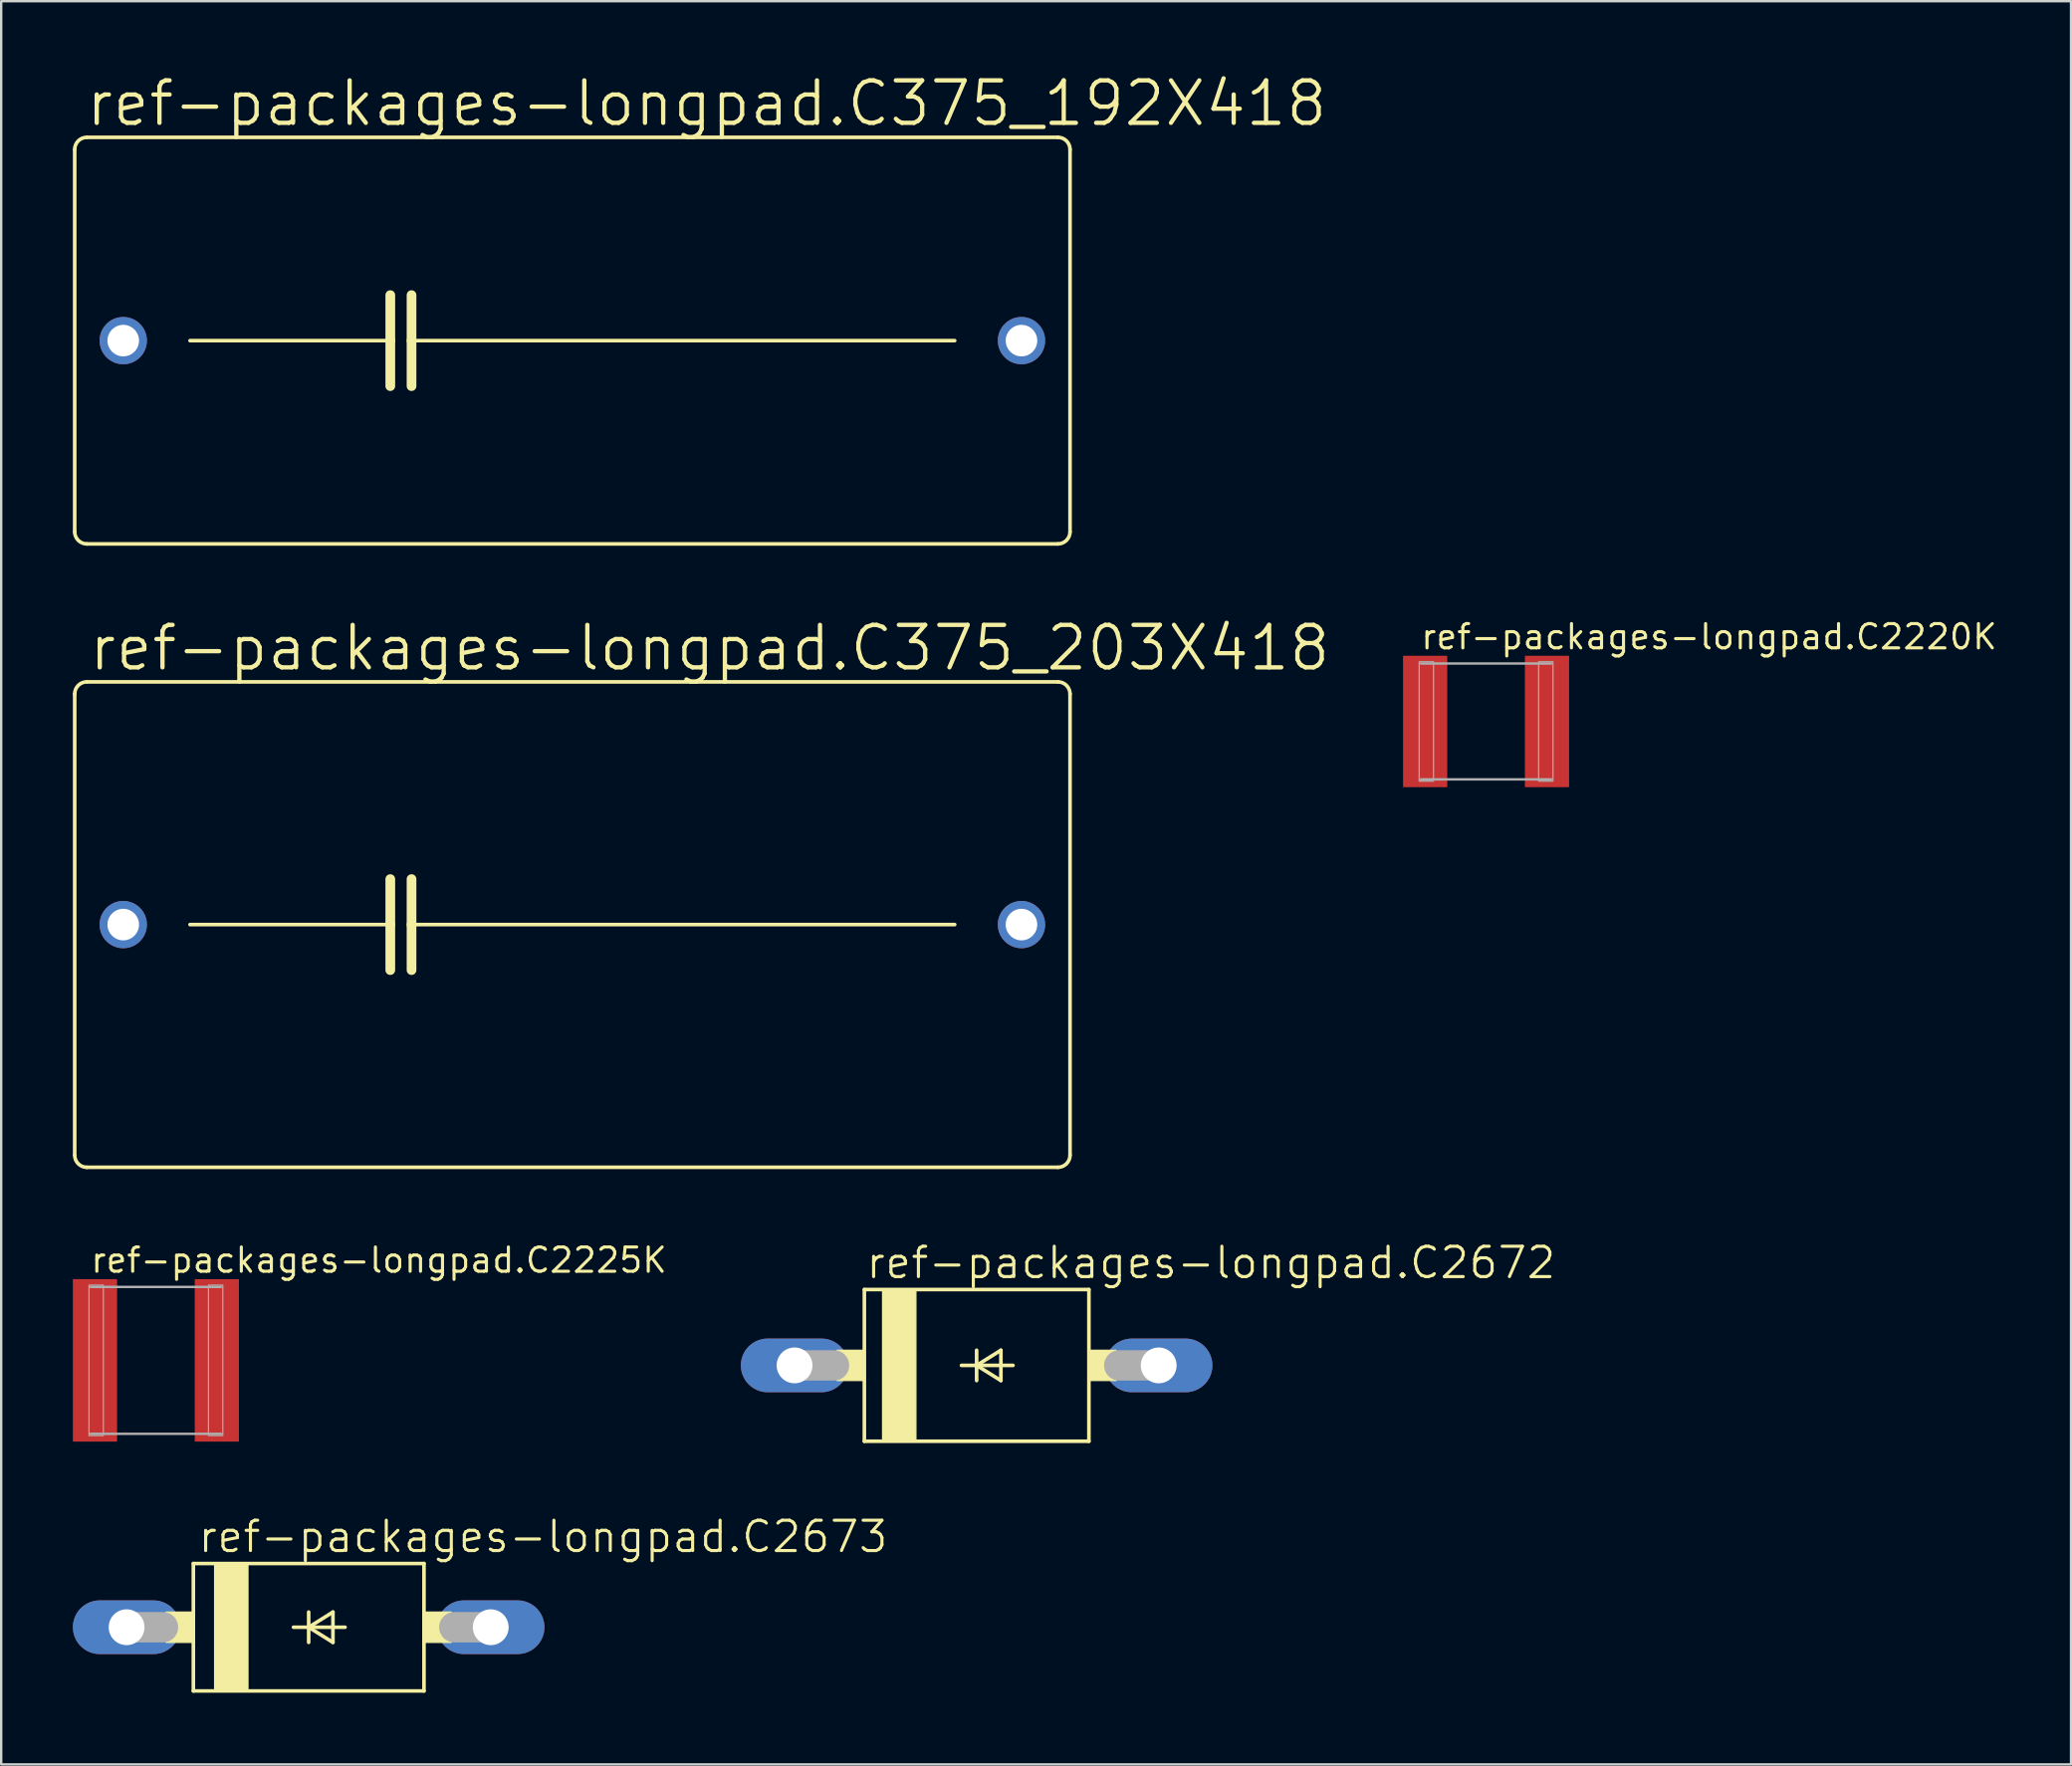
<source format=kicad_pcb>
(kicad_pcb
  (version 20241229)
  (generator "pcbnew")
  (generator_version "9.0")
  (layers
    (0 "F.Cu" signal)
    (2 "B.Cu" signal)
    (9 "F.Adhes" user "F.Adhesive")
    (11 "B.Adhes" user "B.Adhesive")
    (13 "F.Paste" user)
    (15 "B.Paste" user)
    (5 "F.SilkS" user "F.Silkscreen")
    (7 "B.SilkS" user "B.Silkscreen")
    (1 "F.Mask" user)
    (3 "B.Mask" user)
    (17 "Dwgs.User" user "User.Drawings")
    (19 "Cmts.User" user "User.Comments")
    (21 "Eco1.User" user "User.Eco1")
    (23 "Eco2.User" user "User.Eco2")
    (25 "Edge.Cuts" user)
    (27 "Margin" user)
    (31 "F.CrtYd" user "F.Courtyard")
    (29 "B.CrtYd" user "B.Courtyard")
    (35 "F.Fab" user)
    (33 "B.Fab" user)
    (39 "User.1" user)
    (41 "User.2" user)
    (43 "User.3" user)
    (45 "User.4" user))
  (footprint "ref-packages-longpad.C2225K"
    (layer "F.Cu")
    (at 3.475 53.894)
    (property "Reference" "ref-packages-longpad.C2225K" (at -2.8 -3.6 0) (layer "F.SilkS") (effects (font (size 1.016 1.016) (thickness 0.13)) (justify left bottom)))
    (attr smd)
    (fp_line (start -2.725 -3.075) (end 2.725 -3.075) (stroke (width 0.102) (type default)) (layer "F.Fab"))
    (fp_line (start 2.725 3.075) (end -2.725 3.075) (stroke (width 0.102) (type default)) (layer "F.Fab"))
    (fp_rect (start -2.8 3.15) (end -2.2 -3.15) (stroke (width 0.05) (type default)) (fill no) (layer "F.Fab"))
    (fp_rect (start 2.2 3.15) (end 2.8 -3.15) (stroke (width 0.05) (type default)) (fill no) (layer "F.Fab"))
    (pad "1" smd roundrect (at -2.55 0) (size 1.85 6.8) (layers "F.Cu" "F.Mask" "F.Paste") (roundrect_rratio 0.01))
    (pad "2" smd roundrect (at 2.55 0) (size 1.85 6.8) (layers "F.Cu" "F.Mask" "F.Paste") (roundrect_rratio 0.01)))
  (footprint "ref-packages-longpad.C2220K"
    (layer "F.Cu")
    (at 59.144 27.149)
    (property "Reference" "ref-packages-longpad.C2220K" (at -2.8 -2.95 0) (layer "F.SilkS") (effects (font (size 1.016 1.016) (thickness 0.13)) (justify left bottom)))
    (attr smd)
    (fp_line (start -2.725 -2.425) (end 2.725 -2.425) (stroke (width 0.102) (type default)) (layer "F.Fab"))
    (fp_line (start 2.725 2.425) (end -2.725 2.425) (stroke (width 0.102) (type default)) (layer "F.Fab"))
    (fp_rect (start -2.8 2.5) (end -2.2 -2.5) (stroke (width 0.05) (type default)) (fill no) (layer "F.Fab"))
    (fp_rect (start 2.2 2.5) (end 2.8 -2.5) (stroke (width 0.05) (type default)) (fill no) (layer "F.Fab"))
    (pad "1" smd roundrect (at -2.55 0) (size 1.85 5.5) (layers "F.Cu" "F.Mask" "F.Paste") (roundrect_rratio 0.01))
    (pad "2" smd roundrect (at 2.55 0) (size 1.85 5.5) (layers "F.Cu" "F.Mask" "F.Paste") (roundrect_rratio 0.01)))
  (footprint "ref-packages-longpad.C375_192X418"
    (layer "F.Cu")
    (at 20.904 11.208)
    (property "Reference" "ref-packages-longpad.C375_192X418" (at -20.447 -8.89 0) (layer "F.SilkS") (effects (font (size 1.778 1.778) (thickness 0.18)) (justify left bottom)))
    (attr through_hole)
    (fp_line (start -20.828 8.001) (end -20.828 -8.001) (stroke (width 0.152) (type default)) (layer "F.SilkS"))
    (fp_line (start -20.32 -8.509) (end 20.32 -8.509) (stroke (width 0.152) (type default)) (layer "F.SilkS"))
    (fp_line (start -16.002 0) (end -7.62 0) (stroke (width 0.152) (type default)) (layer "F.SilkS"))
    (fp_line (start -7.62 -1.905) (end -7.62 0) (stroke (width 0.406) (type default)) (layer "F.SilkS"))
    (fp_line (start -7.62 0) (end -7.62 1.905) (stroke (width 0.406) (type default)) (layer "F.SilkS"))
    (fp_line (start -6.731 -1.905) (end -6.731 0) (stroke (width 0.406) (type default)) (layer "F.SilkS"))
    (fp_line (start -6.731 0) (end -6.731 1.905) (stroke (width 0.406) (type default)) (layer "F.SilkS"))
    (fp_line (start -6.731 0) (end 16.002 0) (stroke (width 0.152) (type default)) (layer "F.SilkS"))
    (fp_line (start 20.32 8.509) (end -20.32 8.509) (stroke (width 0.152) (type default)) (layer "F.SilkS"))
    (fp_line (start 20.828 -8.001) (end 20.828 8.001) (stroke (width 0.152) (type default)) (layer "F.SilkS"))
    (fp_arc (start -20.828 -8.001) (mid -20.67921 -8.36021) (end -20.32 -8.509) (stroke (width 0.1524) (type default)) (layer "F.SilkS"))
    (fp_arc (start -20.32 8.509) (mid -20.67921 8.36021) (end -20.828 8.001) (stroke (width 0.1524) (type default)) (layer "F.SilkS"))
    (fp_arc (start 20.32 -8.509) (mid 20.67921 -8.36021) (end 20.828 -8.001) (stroke (width 0.1524) (type default)) (layer "F.SilkS"))
    (fp_arc (start 20.828 8.001) (mid 20.67921 8.36021) (end 20.32 8.509) (stroke (width 0.1524) (type default)) (layer "F.SilkS"))
    (pad "1" thru_hole circle (at -18.796 0) (size 1.981 1.981) (drill 1.321) (layers "*.Cu" "*.Mask"))
    (pad "2" thru_hole circle (at 18.796 0) (size 1.981 1.981) (drill 1.321) (layers "*.Cu" "*.Mask")))
  (footprint "ref-packages-longpad.C2673"
    (layer "F.Cu")
    (at 9.868 65.064)
    (property "Reference" "ref-packages-longpad.C2673" (at -4.699 -3.048 0) (layer "F.SilkS") (effects (font (size 1.27 1.27) (thickness 0.13)) (justify left bottom)))
    (attr through_hole)
    (fp_line (start -4.826 -2.667) (end -4.826 2.667) (stroke (width 0.152) (type default)) (layer "F.SilkS"))
    (fp_line (start -4.826 -2.667) (end 4.826 -2.667) (stroke (width 0.152) (type default)) (layer "F.SilkS"))
    (fp_line (start -0.635 0) (end 0 0) (stroke (width 0.152) (type default)) (layer "F.SilkS"))
    (fp_line (start 0 -0.635) (end 0 0) (stroke (width 0.152) (type default)) (layer "F.SilkS"))
    (fp_line (start 0 0) (end 0 0.635) (stroke (width 0.152) (type default)) (layer "F.SilkS"))
    (fp_line (start 0 0) (end 1.016 -0.635) (stroke (width 0.152) (type default)) (layer "F.SilkS"))
    (fp_line (start 0 0) (end 1.524 0) (stroke (width 0.152) (type default)) (layer "F.SilkS"))
    (fp_line (start 1.016 -0.635) (end 1.016 0.635) (stroke (width 0.152) (type default)) (layer "F.SilkS"))
    (fp_line (start 1.016 0.635) (end 0 0) (stroke (width 0.152) (type default)) (layer "F.SilkS"))
    (fp_line (start 4.826 2.667) (end -4.826 2.667) (stroke (width 0.152) (type default)) (layer "F.SilkS"))
    (fp_line (start 4.826 2.667) (end 4.826 -2.667) (stroke (width 0.152) (type default)) (layer "F.SilkS"))
    (fp_rect (start -5.969 0.635) (end -4.826 -0.635) (stroke (width 0.05) (type default)) (fill yes) (layer "F.SilkS"))
    (fp_rect (start -3.937 2.667) (end -2.54 -2.667) (stroke (width 0.05) (type default)) (fill yes) (layer "F.SilkS"))
    (fp_rect (start 4.826 0.635) (end 5.969 -0.635) (stroke (width 0.05) (type default)) (fill yes) (layer "F.SilkS"))
    (fp_line (start -7.62 0) (end -6.096 0) (stroke (width 1.27) (type default)) (layer "F.Fab"))
    (fp_line (start 7.62 0) (end 6.096 0) (stroke (width 1.27) (type default)) (layer "F.Fab"))
    (pad "A" thru_hole oval (at 7.62 0) (size 4.496 2.248) (drill 1.499) (layers "*.Cu" "*.Mask"))
    (pad "C" thru_hole oval (at -7.62 0) (size 4.496 2.248) (drill 1.499) (layers "*.Cu" "*.Mask")))
  (footprint "ref-packages-longpad.C2672"
    (layer "F.Cu")
    (at 37.823 54.104)
    (property "Reference" "ref-packages-longpad.C2672" (at -4.699 -3.556 0) (layer "F.SilkS") (effects (font (size 1.27 1.27) (thickness 0.13)) (justify left bottom)))
    (attr through_hole)
    (fp_line (start -4.699 -3.175) (end -4.699 3.175) (stroke (width 0.152) (type default)) (layer "F.SilkS"))
    (fp_line (start -4.699 -3.175) (end 4.699 -3.175) (stroke (width 0.152) (type default)) (layer "F.SilkS"))
    (fp_line (start -0.635 0) (end 0 0) (stroke (width 0.152) (type default)) (layer "F.SilkS"))
    (fp_line (start 0 -0.635) (end 0 0) (stroke (width 0.152) (type default)) (layer "F.SilkS"))
    (fp_line (start 0 0) (end 0 0.635) (stroke (width 0.152) (type default)) (layer "F.SilkS"))
    (fp_line (start 0 0) (end 1.016 -0.635) (stroke (width 0.152) (type default)) (layer "F.SilkS"))
    (fp_line (start 0 0) (end 1.524 0) (stroke (width 0.152) (type default)) (layer "F.SilkS"))
    (fp_line (start 1.016 -0.635) (end 1.016 0.635) (stroke (width 0.152) (type default)) (layer "F.SilkS"))
    (fp_line (start 1.016 0.635) (end 0 0) (stroke (width 0.152) (type default)) (layer "F.SilkS"))
    (fp_line (start 4.699 3.175) (end -4.699 3.175) (stroke (width 0.152) (type default)) (layer "F.SilkS"))
    (fp_line (start 4.699 3.175) (end 4.699 -3.175) (stroke (width 0.152) (type default)) (layer "F.SilkS"))
    (fp_rect (start -5.842 0.635) (end -4.699 -0.635) (stroke (width 0.05) (type default)) (fill yes) (layer "F.SilkS"))
    (fp_rect (start -3.937 3.175) (end -2.54 -3.175) (stroke (width 0.05) (type default)) (fill yes) (layer "F.SilkS"))
    (fp_rect (start 4.699 0.635) (end 5.842 -0.635) (stroke (width 0.05) (type default)) (fill yes) (layer "F.SilkS"))
    (fp_line (start -7.62 0) (end -5.969 0) (stroke (width 1.27) (type default)) (layer "F.Fab"))
    (fp_line (start 7.62 0) (end 5.969 0) (stroke (width 1.27) (type default)) (layer "F.Fab"))
    (pad "A" thru_hole oval (at 7.62 0) (size 4.496 2.248) (drill 1.499) (layers "*.Cu" "*.Mask"))
    (pad "C" thru_hole oval (at -7.62 0) (size 4.496 2.248) (drill 1.499) (layers "*.Cu" "*.Mask")))
  (footprint "ref-packages-longpad.C375_203X418"
    (layer "F.Cu")
    (at 20.904 35.652)
    (property "Reference" "ref-packages-longpad.C375_203X418" (at -20.32 -10.541 0) (layer "F.SilkS") (effects (font (size 1.778 1.778) (thickness 0.18)) (justify left bottom)))
    (attr through_hole)
    (fp_line (start -20.828 9.652) (end -20.828 -9.652) (stroke (width 0.152) (type default)) (layer "F.SilkS"))
    (fp_line (start -20.32 -10.16) (end 20.32 -10.16) (stroke (width 0.152) (type default)) (layer "F.SilkS"))
    (fp_line (start -16.002 0) (end -7.62 0) (stroke (width 0.152) (type default)) (layer "F.SilkS"))
    (fp_line (start -7.62 -1.905) (end -7.62 0) (stroke (width 0.406) (type default)) (layer "F.SilkS"))
    (fp_line (start -7.62 0) (end -7.62 1.905) (stroke (width 0.406) (type default)) (layer "F.SilkS"))
    (fp_line (start -6.731 -1.905) (end -6.731 0) (stroke (width 0.406) (type default)) (layer "F.SilkS"))
    (fp_line (start -6.731 0) (end -6.731 1.905) (stroke (width 0.406) (type default)) (layer "F.SilkS"))
    (fp_line (start -6.731 0) (end 16.002 0) (stroke (width 0.152) (type default)) (layer "F.SilkS"))
    (fp_line (start 20.32 10.16) (end -20.32 10.16) (stroke (width 0.152) (type default)) (layer "F.SilkS"))
    (fp_line (start 20.828 -9.652) (end 20.828 9.652) (stroke (width 0.152) (type default)) (layer "F.SilkS"))
    (fp_arc (start -20.828 -9.652) (mid -20.67921 -10.01121) (end -20.32 -10.16) (stroke (width 0.1524) (type default)) (layer "F.SilkS"))
    (fp_arc (start -20.32 10.16) (mid -20.67921 10.01121) (end -20.828 9.652) (stroke (width 0.1524) (type default)) (layer "F.SilkS"))
    (fp_arc (start 20.32 -10.16) (mid 20.67921 -10.01121) (end 20.828 -9.652) (stroke (width 0.1524) (type default)) (layer "F.SilkS"))
    (fp_arc (start 20.828 9.652) (mid 20.67921 10.01121) (end 20.32 10.16) (stroke (width 0.1524) (type default)) (layer "F.SilkS"))
    (pad "1" thru_hole circle (at -18.796 0) (size 1.981 1.981) (drill 1.321) (layers "*.Cu" "*.Mask"))
    (pad "2" thru_hole circle (at 18.796 0) (size 1.981 1.981) (drill 1.321) (layers "*.Cu" "*.Mask")))
  (gr_rect
    (start -3 -3)
    (end 83.625 70.807)
    (stroke (width 0.1) (type default))
    (fill no)
    (layer "Edge.Cuts")))
</source>
